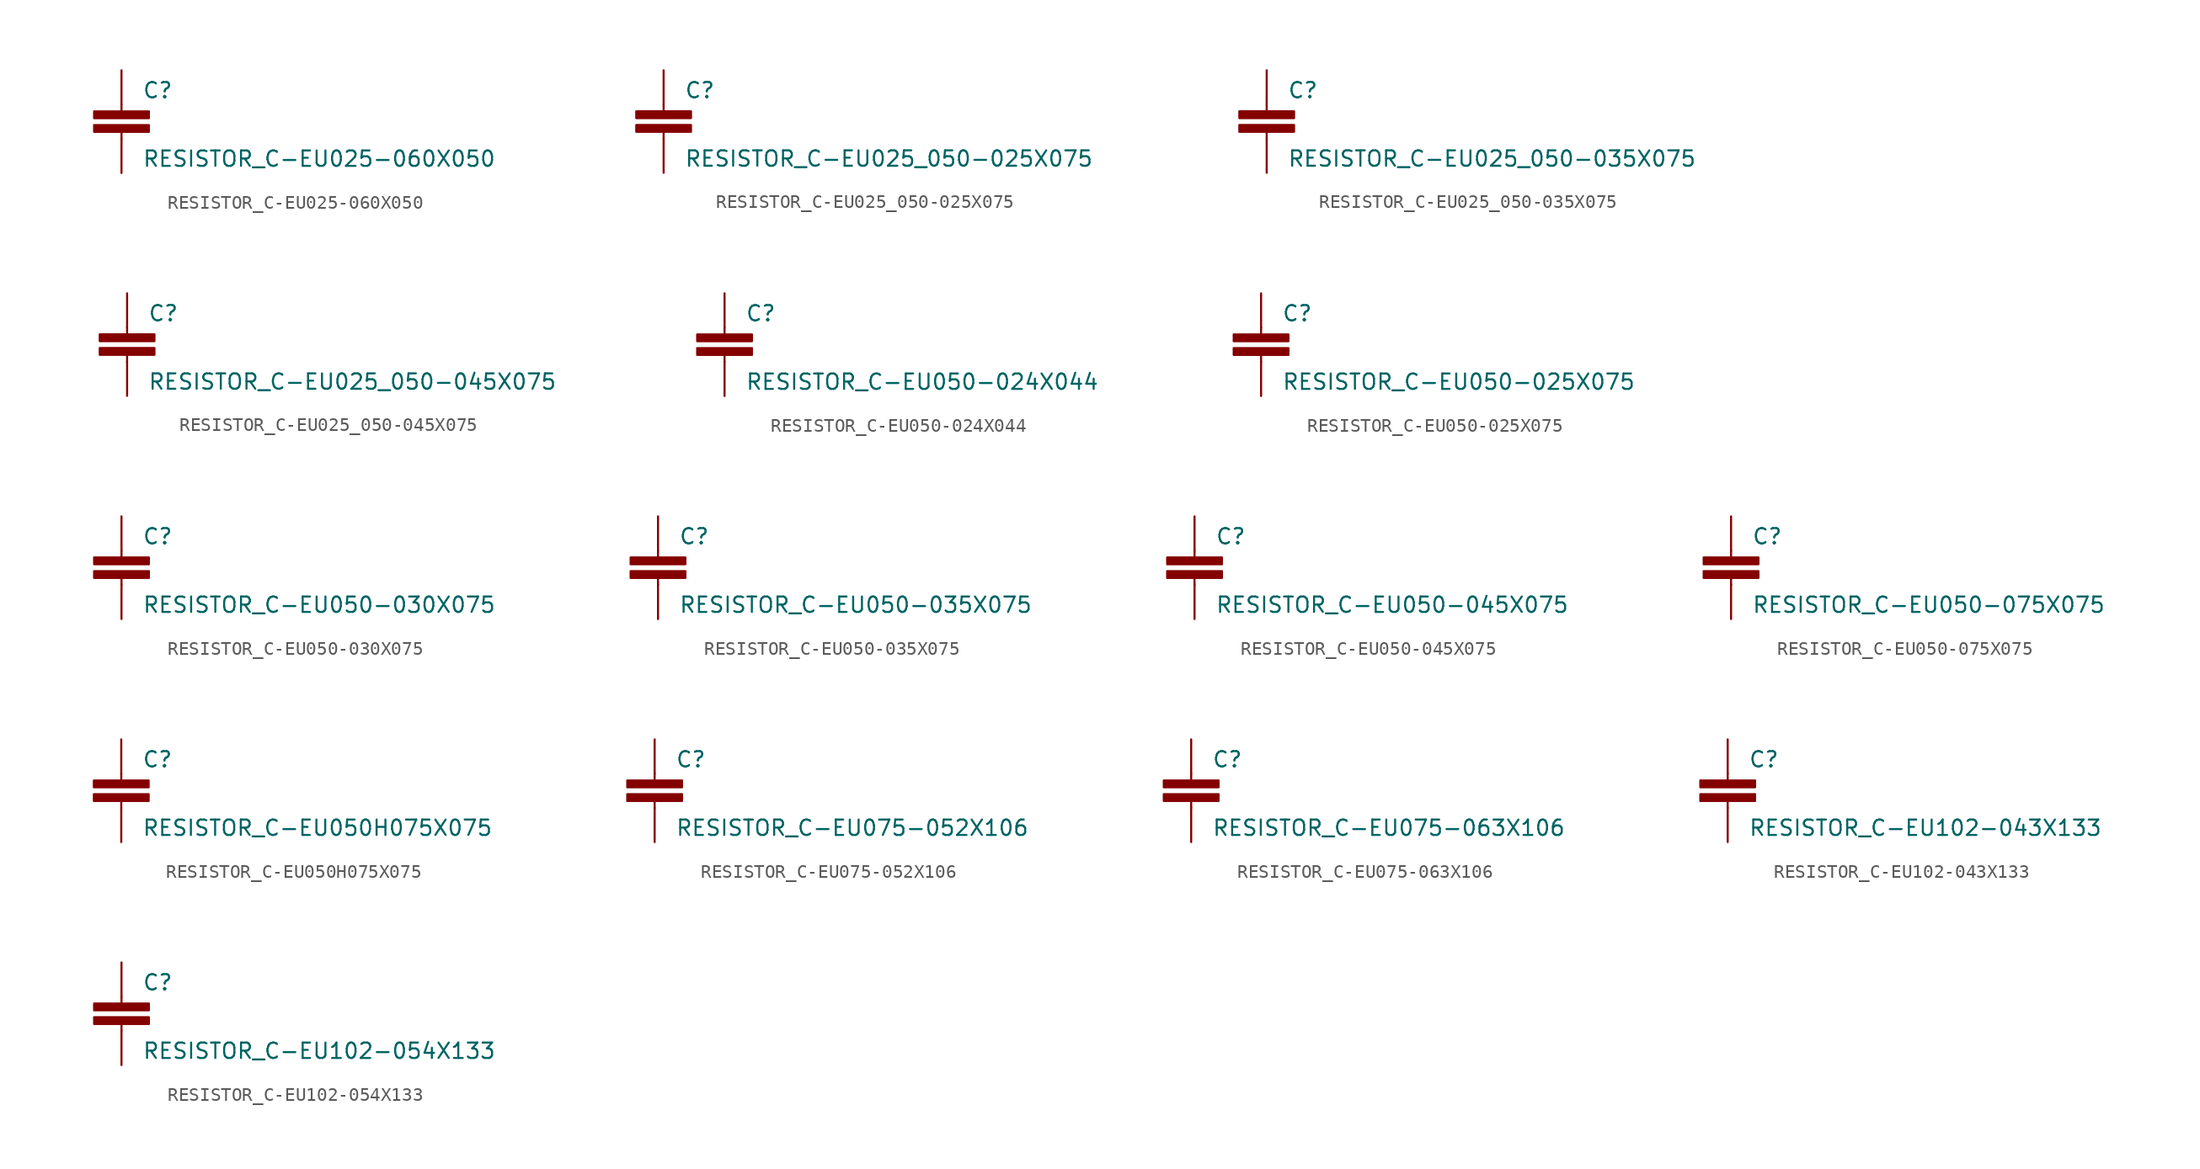
<source format=kicad_sym>
(kicad_symbol_lib
  (version 20210619)
  (generator kicad_symbol_editor)
  (symbol "RESISTOR_C-EU025-060X050"
    (pin_numbers hide)
    (pin_names
      (offset 1.016) hide)
    (property "Reference" "C"
      (at 1.524 0.381 0)
      (effects (font (size 1.143 1.143)) (justify left bottom)))
    (property "Value" "RESISTOR_C-EU025-060X050"
      (at 1.524 -4.699 0)
      (effects (font (size 1.143 1.143)) (justify left bottom)))
    (property "ki_locked" ""
      (at 0 0 0)
      (effects (font (size 1.27 1.27))))
    (symbol "RESISTOR_C-EU025-060X050_1_0"
      (polyline (pts (xy 0 -2.54) (xy 0 -2.032)) (stroke (width 0)) (fill (type none)))
      (polyline (pts (xy 0 0) (xy 0 -0.508)) (stroke (width 0)) (fill (type none))))
    (symbol "RESISTOR_C-EU025-060X050_1_1"
      (rectangle (start -2.032 -2.032) (end 2.032 -1.524) (stroke (width 0)) (fill (type outline)))
      (rectangle (start -2.032 -1.016) (end 2.032 -0.508) (stroke (width 0)) (fill (type outline)))
      (pin passive line (at 0 2.54 270) (length 2.54) (name "1" (effects (font (size 1.016 1.016)))) (number "1" (effects (font (size 1.016 1.016)))))
      (pin passive line (at 0 -5.08 90) (length 2.54) (name "2" (effects (font (size 1.016 1.016)))) (number "2" (effects (font (size 1.016 1.016)))))))
  (symbol "RESISTOR_C-EU025_050-025X075"
    (pin_numbers hide)
    (pin_names
      (offset 1.016) hide)
    (property "Reference" "C"
      (at 1.524 0.381 0)
      (effects (font (size 1.143 1.143)) (justify left bottom)))
    (property "Value" "RESISTOR_C-EU025_050-025X075"
      (at 1.524 -4.699 0)
      (effects (font (size 1.143 1.143)) (justify left bottom)))
    (property "ki_locked" ""
      (at 0 0 0)
      (effects (font (size 1.27 1.27))))
    (symbol "RESISTOR_C-EU025_050-025X075_1_0"
      (polyline (pts (xy 0 -2.54) (xy 0 -2.032)) (stroke (width 0)) (fill (type none)))
      (polyline (pts (xy 0 0) (xy 0 -0.508)) (stroke (width 0)) (fill (type none))))
    (symbol "RESISTOR_C-EU025_050-025X075_1_1"
      (rectangle (start -2.032 -2.032) (end 2.032 -1.524) (stroke (width 0)) (fill (type outline)))
      (rectangle (start -2.032 -1.016) (end 2.032 -0.508) (stroke (width 0)) (fill (type outline)))
      (pin passive line (at 0 2.54 270) (length 2.54) (name "1" (effects (font (size 1.016 1.016)))) (number "1" (effects (font (size 1.016 1.016)))))
      (pin passive line (at 0 -5.08 90) (length 2.54) (name "2" (effects (font (size 1.016 1.016)))) (number "2" (effects (font (size 1.016 1.016)))))))
  (symbol "RESISTOR_C-EU025_050-035X075"
    (pin_numbers hide)
    (pin_names
      (offset 1.016) hide)
    (property "Reference" "C"
      (at 1.524 0.381 0)
      (effects (font (size 1.143 1.143)) (justify left bottom)))
    (property "Value" "RESISTOR_C-EU025_050-035X075"
      (at 1.524 -4.699 0)
      (effects (font (size 1.143 1.143)) (justify left bottom)))
    (property "ki_locked" ""
      (at 0 0 0)
      (effects (font (size 1.27 1.27))))
    (symbol "RESISTOR_C-EU025_050-035X075_1_0"
      (polyline (pts (xy 0 -2.54) (xy 0 -2.032)) (stroke (width 0)) (fill (type none)))
      (polyline (pts (xy 0 0) (xy 0 -0.508)) (stroke (width 0)) (fill (type none))))
    (symbol "RESISTOR_C-EU025_050-035X075_1_1"
      (rectangle (start -2.032 -2.032) (end 2.032 -1.524) (stroke (width 0)) (fill (type outline)))
      (rectangle (start -2.032 -1.016) (end 2.032 -0.508) (stroke (width 0)) (fill (type outline)))
      (pin passive line (at 0 2.54 270) (length 2.54) (name "1" (effects (font (size 1.016 1.016)))) (number "1" (effects (font (size 1.016 1.016)))))
      (pin passive line (at 0 -5.08 90) (length 2.54) (name "2" (effects (font (size 1.016 1.016)))) (number "2" (effects (font (size 1.016 1.016)))))))
  (symbol "RESISTOR_C-EU025_050-045X075"
    (pin_numbers hide)
    (pin_names
      (offset 1.016) hide)
    (property "Reference" "C"
      (at 1.524 0.381 0)
      (effects (font (size 1.143 1.143)) (justify left bottom)))
    (property "Value" "RESISTOR_C-EU025_050-045X075"
      (at 1.524 -4.699 0)
      (effects (font (size 1.143 1.143)) (justify left bottom)))
    (property "ki_locked" ""
      (at 0 0 0)
      (effects (font (size 1.27 1.27))))
    (symbol "RESISTOR_C-EU025_050-045X075_1_0"
      (polyline (pts (xy 0 -2.54) (xy 0 -2.032)) (stroke (width 0)) (fill (type none)))
      (polyline (pts (xy 0 0) (xy 0 -0.508)) (stroke (width 0)) (fill (type none))))
    (symbol "RESISTOR_C-EU025_050-045X075_1_1"
      (rectangle (start -2.032 -2.032) (end 2.032 -1.524) (stroke (width 0)) (fill (type outline)))
      (rectangle (start -2.032 -1.016) (end 2.032 -0.508) (stroke (width 0)) (fill (type outline)))
      (pin passive line (at 0 2.54 270) (length 2.54) (name "1" (effects (font (size 1.016 1.016)))) (number "1" (effects (font (size 1.016 1.016)))))
      (pin passive line (at 0 -5.08 90) (length 2.54) (name "2" (effects (font (size 1.016 1.016)))) (number "2" (effects (font (size 1.016 1.016)))))))
  (symbol "RESISTOR_C-EU050-024X044"
    (pin_numbers hide)
    (pin_names
      (offset 1.016) hide)
    (property "Reference" "C"
      (at 1.524 0.381 0)
      (effects (font (size 1.143 1.143)) (justify left bottom)))
    (property "Value" "RESISTOR_C-EU050-024X044"
      (at 1.524 -4.699 0)
      (effects (font (size 1.143 1.143)) (justify left bottom)))
    (property "ki_locked" ""
      (at 0 0 0)
      (effects (font (size 1.27 1.27))))
    (symbol "RESISTOR_C-EU050-024X044_1_0"
      (polyline (pts (xy 0 -2.54) (xy 0 -2.032)) (stroke (width 0)) (fill (type none)))
      (polyline (pts (xy 0 0) (xy 0 -0.508)) (stroke (width 0)) (fill (type none))))
    (symbol "RESISTOR_C-EU050-024X044_1_1"
      (rectangle (start -2.032 -2.032) (end 2.032 -1.524) (stroke (width 0)) (fill (type outline)))
      (rectangle (start -2.032 -1.016) (end 2.032 -0.508) (stroke (width 0)) (fill (type outline)))
      (pin passive line (at 0 2.54 270) (length 2.54) (name "1" (effects (font (size 1.016 1.016)))) (number "1" (effects (font (size 1.016 1.016)))))
      (pin passive line (at 0 -5.08 90) (length 2.54) (name "2" (effects (font (size 1.016 1.016)))) (number "2" (effects (font (size 1.016 1.016)))))))
  (symbol "RESISTOR_C-EU050-025X075"
    (pin_numbers hide)
    (pin_names
      (offset 1.016) hide)
    (property "Reference" "C"
      (at 1.524 0.381 0)
      (effects (font (size 1.143 1.143)) (justify left bottom)))
    (property "Value" "RESISTOR_C-EU050-025X075"
      (at 1.524 -4.699 0)
      (effects (font (size 1.143 1.143)) (justify left bottom)))
    (property "ki_locked" ""
      (at 0 0 0)
      (effects (font (size 1.27 1.27))))
    (symbol "RESISTOR_C-EU050-025X075_1_0"
      (polyline (pts (xy 0 -2.54) (xy 0 -2.032)) (stroke (width 0)) (fill (type none)))
      (polyline (pts (xy 0 0) (xy 0 -0.508)) (stroke (width 0)) (fill (type none))))
    (symbol "RESISTOR_C-EU050-025X075_1_1"
      (rectangle (start -2.032 -2.032) (end 2.032 -1.524) (stroke (width 0)) (fill (type outline)))
      (rectangle (start -2.032 -1.016) (end 2.032 -0.508) (stroke (width 0)) (fill (type outline)))
      (pin passive line (at 0 2.54 270) (length 2.54) (name "1" (effects (font (size 1.016 1.016)))) (number "1" (effects (font (size 1.016 1.016)))))
      (pin passive line (at 0 -5.08 90) (length 2.54) (name "2" (effects (font (size 1.016 1.016)))) (number "2" (effects (font (size 1.016 1.016)))))))
  (symbol "RESISTOR_C-EU050-030X075"
    (pin_numbers hide)
    (pin_names
      (offset 1.016) hide)
    (property "Reference" "C"
      (at 1.524 0.381 0)
      (effects (font (size 1.143 1.143)) (justify left bottom)))
    (property "Value" "RESISTOR_C-EU050-030X075"
      (at 1.524 -4.699 0)
      (effects (font (size 1.143 1.143)) (justify left bottom)))
    (property "ki_locked" ""
      (at 0 0 0)
      (effects (font (size 1.27 1.27))))
    (symbol "RESISTOR_C-EU050-030X075_1_0"
      (polyline (pts (xy 0 -2.54) (xy 0 -2.032)) (stroke (width 0)) (fill (type none)))
      (polyline (pts (xy 0 0) (xy 0 -0.508)) (stroke (width 0)) (fill (type none))))
    (symbol "RESISTOR_C-EU050-030X075_1_1"
      (rectangle (start -2.032 -2.032) (end 2.032 -1.524) (stroke (width 0)) (fill (type outline)))
      (rectangle (start -2.032 -1.016) (end 2.032 -0.508) (stroke (width 0)) (fill (type outline)))
      (pin passive line (at 0 2.54 270) (length 2.54) (name "1" (effects (font (size 1.016 1.016)))) (number "1" (effects (font (size 1.016 1.016)))))
      (pin passive line (at 0 -5.08 90) (length 2.54) (name "2" (effects (font (size 1.016 1.016)))) (number "2" (effects (font (size 1.016 1.016)))))))
  (symbol "RESISTOR_C-EU050-035X075"
    (pin_numbers hide)
    (pin_names
      (offset 1.016) hide)
    (property "Reference" "C"
      (at 1.524 0.381 0)
      (effects (font (size 1.143 1.143)) (justify left bottom)))
    (property "Value" "RESISTOR_C-EU050-035X075"
      (at 1.524 -4.699 0)
      (effects (font (size 1.143 1.143)) (justify left bottom)))
    (property "ki_locked" ""
      (at 0 0 0)
      (effects (font (size 1.27 1.27))))
    (symbol "RESISTOR_C-EU050-035X075_1_0"
      (polyline (pts (xy 0 -2.54) (xy 0 -2.032)) (stroke (width 0)) (fill (type none)))
      (polyline (pts (xy 0 0) (xy 0 -0.508)) (stroke (width 0)) (fill (type none))))
    (symbol "RESISTOR_C-EU050-035X075_1_1"
      (rectangle (start -2.032 -2.032) (end 2.032 -1.524) (stroke (width 0)) (fill (type outline)))
      (rectangle (start -2.032 -1.016) (end 2.032 -0.508) (stroke (width 0)) (fill (type outline)))
      (pin passive line (at 0 2.54 270) (length 2.54) (name "1" (effects (font (size 1.016 1.016)))) (number "1" (effects (font (size 1.016 1.016)))))
      (pin passive line (at 0 -5.08 90) (length 2.54) (name "2" (effects (font (size 1.016 1.016)))) (number "2" (effects (font (size 1.016 1.016)))))))
  (symbol "RESISTOR_C-EU050-045X075"
    (pin_numbers hide)
    (pin_names
      (offset 1.016) hide)
    (property "Reference" "C"
      (at 1.524 0.381 0)
      (effects (font (size 1.143 1.143)) (justify left bottom)))
    (property "Value" "RESISTOR_C-EU050-045X075"
      (at 1.524 -4.699 0)
      (effects (font (size 1.143 1.143)) (justify left bottom)))
    (property "ki_locked" ""
      (at 0 0 0)
      (effects (font (size 1.27 1.27))))
    (symbol "RESISTOR_C-EU050-045X075_1_0"
      (polyline (pts (xy 0 -2.54) (xy 0 -2.032)) (stroke (width 0)) (fill (type none)))
      (polyline (pts (xy 0 0) (xy 0 -0.508)) (stroke (width 0)) (fill (type none))))
    (symbol "RESISTOR_C-EU050-045X075_1_1"
      (rectangle (start -2.032 -2.032) (end 2.032 -1.524) (stroke (width 0)) (fill (type outline)))
      (rectangle (start -2.032 -1.016) (end 2.032 -0.508) (stroke (width 0)) (fill (type outline)))
      (pin passive line (at 0 2.54 270) (length 2.54) (name "1" (effects (font (size 1.016 1.016)))) (number "1" (effects (font (size 1.016 1.016)))))
      (pin passive line (at 0 -5.08 90) (length 2.54) (name "2" (effects (font (size 1.016 1.016)))) (number "2" (effects (font (size 1.016 1.016)))))))
  (symbol "RESISTOR_C-EU050-075X075"
    (pin_numbers hide)
    (pin_names
      (offset 1.016) hide)
    (property "Reference" "C"
      (at 1.524 0.381 0)
      (effects (font (size 1.143 1.143)) (justify left bottom)))
    (property "Value" "RESISTOR_C-EU050-075X075"
      (at 1.524 -4.699 0)
      (effects (font (size 1.143 1.143)) (justify left bottom)))
    (property "ki_locked" ""
      (at 0 0 0)
      (effects (font (size 1.27 1.27))))
    (symbol "RESISTOR_C-EU050-075X075_1_0"
      (polyline (pts (xy 0 -2.54) (xy 0 -2.032)) (stroke (width 0)) (fill (type none)))
      (polyline (pts (xy 0 0) (xy 0 -0.508)) (stroke (width 0)) (fill (type none))))
    (symbol "RESISTOR_C-EU050-075X075_1_1"
      (rectangle (start -2.032 -2.032) (end 2.032 -1.524) (stroke (width 0)) (fill (type outline)))
      (rectangle (start -2.032 -1.016) (end 2.032 -0.508) (stroke (width 0)) (fill (type outline)))
      (pin passive line (at 0 2.54 270) (length 2.54) (name "1" (effects (font (size 1.016 1.016)))) (number "1" (effects (font (size 1.016 1.016)))))
      (pin passive line (at 0 -5.08 90) (length 2.54) (name "2" (effects (font (size 1.016 1.016)))) (number "2" (effects (font (size 1.016 1.016)))))))
  (symbol "RESISTOR_C-EU050H075X075"
    (pin_numbers hide)
    (pin_names
      (offset 1.016) hide)
    (property "Reference" "C"
      (at 1.524 0.381 0)
      (effects (font (size 1.143 1.143)) (justify left bottom)))
    (property "Value" "RESISTOR_C-EU050H075X075"
      (at 1.524 -4.699 0)
      (effects (font (size 1.143 1.143)) (justify left bottom)))
    (property "ki_locked" ""
      (at 0 0 0)
      (effects (font (size 1.27 1.27))))
    (symbol "RESISTOR_C-EU050H075X075_1_0"
      (polyline (pts (xy 0 -2.54) (xy 0 -2.032)) (stroke (width 0)) (fill (type none)))
      (polyline (pts (xy 0 0) (xy 0 -0.508)) (stroke (width 0)) (fill (type none))))
    (symbol "RESISTOR_C-EU050H075X075_1_1"
      (rectangle (start -2.032 -2.032) (end 2.032 -1.524) (stroke (width 0)) (fill (type outline)))
      (rectangle (start -2.032 -1.016) (end 2.032 -0.508) (stroke (width 0)) (fill (type outline)))
      (pin passive line (at 0 2.54 270) (length 2.54) (name "1" (effects (font (size 1.016 1.016)))) (number "1" (effects (font (size 1.016 1.016)))))
      (pin passive line (at 0 -5.08 90) (length 2.54) (name "2" (effects (font (size 1.016 1.016)))) (number "2" (effects (font (size 1.016 1.016)))))))
  (symbol "RESISTOR_C-EU075-052X106"
    (pin_numbers hide)
    (pin_names
      (offset 1.016) hide)
    (property "Reference" "C"
      (at 1.524 0.381 0)
      (effects (font (size 1.143 1.143)) (justify left bottom)))
    (property "Value" "RESISTOR_C-EU075-052X106"
      (at 1.524 -4.699 0)
      (effects (font (size 1.143 1.143)) (justify left bottom)))
    (property "ki_locked" ""
      (at 0 0 0)
      (effects (font (size 1.27 1.27))))
    (symbol "RESISTOR_C-EU075-052X106_1_0"
      (polyline (pts (xy 0 -2.54) (xy 0 -2.032)) (stroke (width 0)) (fill (type none)))
      (polyline (pts (xy 0 0) (xy 0 -0.508)) (stroke (width 0)) (fill (type none))))
    (symbol "RESISTOR_C-EU075-052X106_1_1"
      (rectangle (start -2.032 -2.032) (end 2.032 -1.524) (stroke (width 0)) (fill (type outline)))
      (rectangle (start -2.032 -1.016) (end 2.032 -0.508) (stroke (width 0)) (fill (type outline)))
      (pin passive line (at 0 2.54 270) (length 2.54) (name "1" (effects (font (size 1.016 1.016)))) (number "1" (effects (font (size 1.016 1.016)))))
      (pin passive line (at 0 -5.08 90) (length 2.54) (name "2" (effects (font (size 1.016 1.016)))) (number "2" (effects (font (size 1.016 1.016)))))))
  (symbol "RESISTOR_C-EU075-063X106"
    (pin_numbers hide)
    (pin_names
      (offset 1.016) hide)
    (property "Reference" "C"
      (at 1.524 0.381 0)
      (effects (font (size 1.143 1.143)) (justify left bottom)))
    (property "Value" "RESISTOR_C-EU075-063X106"
      (at 1.524 -4.699 0)
      (effects (font (size 1.143 1.143)) (justify left bottom)))
    (property "ki_locked" ""
      (at 0 0 0)
      (effects (font (size 1.27 1.27))))
    (symbol "RESISTOR_C-EU075-063X106_1_0"
      (polyline (pts (xy 0 -2.54) (xy 0 -2.032)) (stroke (width 0)) (fill (type none)))
      (polyline (pts (xy 0 0) (xy 0 -0.508)) (stroke (width 0)) (fill (type none))))
    (symbol "RESISTOR_C-EU075-063X106_1_1"
      (rectangle (start -2.032 -2.032) (end 2.032 -1.524) (stroke (width 0)) (fill (type outline)))
      (rectangle (start -2.032 -1.016) (end 2.032 -0.508) (stroke (width 0)) (fill (type outline)))
      (pin passive line (at 0 2.54 270) (length 2.54) (name "1" (effects (font (size 1.016 1.016)))) (number "1" (effects (font (size 1.016 1.016)))))
      (pin passive line (at 0 -5.08 90) (length 2.54) (name "2" (effects (font (size 1.016 1.016)))) (number "2" (effects (font (size 1.016 1.016)))))))
  (symbol "RESISTOR_C-EU102-043X133"
    (pin_numbers hide)
    (pin_names
      (offset 1.016) hide)
    (property "Reference" "C"
      (at 1.524 0.381 0)
      (effects (font (size 1.143 1.143)) (justify left bottom)))
    (property "Value" "RESISTOR_C-EU102-043X133"
      (at 1.524 -4.699 0)
      (effects (font (size 1.143 1.143)) (justify left bottom)))
    (property "ki_locked" ""
      (at 0 0 0)
      (effects (font (size 1.27 1.27))))
    (symbol "RESISTOR_C-EU102-043X133_1_0"
      (polyline (pts (xy 0 -2.54) (xy 0 -2.032)) (stroke (width 0)) (fill (type none)))
      (polyline (pts (xy 0 0) (xy 0 -0.508)) (stroke (width 0)) (fill (type none))))
    (symbol "RESISTOR_C-EU102-043X133_1_1"
      (rectangle (start -2.032 -2.032) (end 2.032 -1.524) (stroke (width 0)) (fill (type outline)))
      (rectangle (start -2.032 -1.016) (end 2.032 -0.508) (stroke (width 0)) (fill (type outline)))
      (pin passive line (at 0 2.54 270) (length 2.54) (name "1" (effects (font (size 1.016 1.016)))) (number "1" (effects (font (size 1.016 1.016)))))
      (pin passive line (at 0 -5.08 90) (length 2.54) (name "2" (effects (font (size 1.016 1.016)))) (number "2" (effects (font (size 1.016 1.016)))))))
  (symbol "RESISTOR_C-EU102-054X133"
    (pin_numbers hide)
    (pin_names
      (offset 1.016) hide)
    (property "Reference" "C"
      (at 1.524 0.381 0)
      (effects (font (size 1.143 1.143)) (justify left bottom)))
    (property "Value" "RESISTOR_C-EU102-054X133"
      (at 1.524 -4.699 0)
      (effects (font (size 1.143 1.143)) (justify left bottom)))
    (property "ki_locked" ""
      (at 0 0 0)
      (effects (font (size 1.27 1.27))))
    (symbol "RESISTOR_C-EU102-054X133_1_0"
      (polyline (pts (xy 0 -2.54) (xy 0 -2.032)) (stroke (width 0)) (fill (type none)))
      (polyline (pts (xy 0 0) (xy 0 -0.508)) (stroke (width 0)) (fill (type none))))
    (symbol "RESISTOR_C-EU102-054X133_1_1"
      (rectangle (start -2.032 -2.032) (end 2.032 -1.524) (stroke (width 0)) (fill (type outline)))
      (rectangle (start -2.032 -1.016) (end 2.032 -0.508) (stroke (width 0)) (fill (type outline)))
      (pin passive line (at 0 2.54 270) (length 2.54) (name "1" (effects (font (size 1.016 1.016)))) (number "1" (effects (font (size 1.016 1.016)))))
      (pin passive line (at 0 -5.08 90) (length 2.54) (name "2" (effects (font (size 1.016 1.016)))) (number "2" (effects (font (size 1.016 1.016))))))))
</source>
